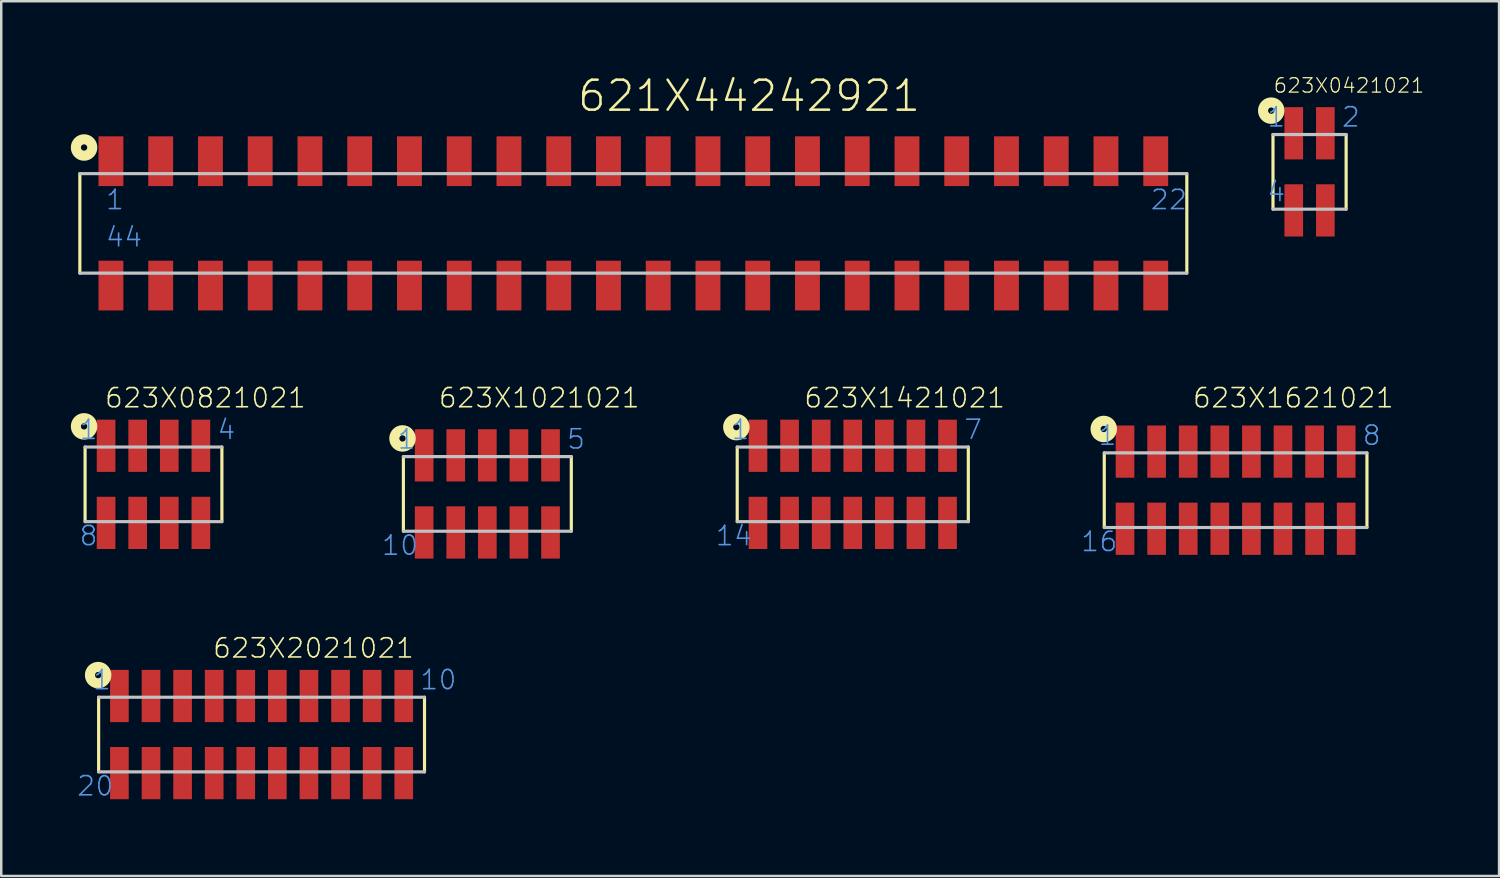
<source format=kicad_pcb>
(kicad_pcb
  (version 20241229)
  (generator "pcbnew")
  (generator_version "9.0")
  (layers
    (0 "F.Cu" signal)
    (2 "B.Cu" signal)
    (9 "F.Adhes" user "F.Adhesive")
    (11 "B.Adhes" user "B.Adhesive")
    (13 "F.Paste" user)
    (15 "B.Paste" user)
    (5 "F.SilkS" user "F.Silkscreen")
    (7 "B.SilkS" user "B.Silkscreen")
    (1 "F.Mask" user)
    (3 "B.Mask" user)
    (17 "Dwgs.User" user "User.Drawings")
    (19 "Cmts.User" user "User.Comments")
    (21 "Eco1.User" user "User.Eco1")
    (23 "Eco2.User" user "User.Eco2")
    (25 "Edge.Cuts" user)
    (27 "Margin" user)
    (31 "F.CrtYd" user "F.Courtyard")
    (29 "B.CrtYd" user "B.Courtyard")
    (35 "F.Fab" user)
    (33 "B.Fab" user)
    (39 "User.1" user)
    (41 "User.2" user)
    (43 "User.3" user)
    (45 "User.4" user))
  (footprint "623X0821021"
    (layer "F.Cu")
    (at 3.12 16.42)
    (property "Reference" "623X0821021" (at -2 -3.022 0) (layer "F.SilkS") (effects (font (size 0.772 0.772) (thickness 0.065)) (justify left bottom)))
    (attr through_hole)
    (fp_line (start -2.75 -1.5) (end -2.75 1.5) (stroke (width 0.127) (type solid)) (layer "F.SilkS"))
    (fp_line (start 2.75 1.5) (end 2.75 -1.5) (stroke (width 0.127) (type solid)) (layer "F.SilkS"))
    (fp_circle (center -2.79 -2.33) (end -2.663 -2.33) (stroke (width 0.406) (type solid)) (fill no) (layer "F.SilkS"))
    (fp_line (start -2.75 1.5) (end 2.75 1.5) (stroke (width 0.127) (type solid)) (layer "Dwgs.User"))
    (fp_line (start 2.75 -1.5) (end -2.75 -1.5) (stroke (width 0.127) (type solid)) (layer "Dwgs.User"))
    (fp_text user "4" (at 2.52 -1.75 0) (layer "Cmts.User") (effects (font (size 0.772 0.772) (thickness 0.065)) (justify left bottom)))
    (fp_text user "8" (at -3.02 2.52 0) (layer "Cmts.User") (effects (font (size 0.772 0.772) (thickness 0.065)) (justify left bottom)))
    (fp_text user "1" (at -3.02 -1.75 0) (layer "Cmts.User") (effects (font (size 0.772 0.772) (thickness 0.065)) (justify left bottom)))
    (pad "1" smd rect (at -1.905 -1.55) (size 0.75 2.1) (layers "F.Cu" "F.Mask" "F.Paste"))
    (pad "2" smd rect (at -0.635 -1.55) (size 0.75 2.1) (layers "F.Cu" "F.Mask" "F.Paste"))
    (pad "3" smd rect (at 0.635 -1.55) (size 0.75 2.1) (layers "F.Cu" "F.Mask" "F.Paste"))
    (pad "4" smd rect (at 1.905 -1.55) (size 0.75 2.1) (layers "F.Cu" "F.Mask" "F.Paste"))
    (pad "5" smd rect (at 1.905 1.55) (size 0.75 2.1) (layers "F.Cu" "F.Mask" "F.Paste"))
    (pad "6" smd rect (at 0.635 1.55) (size 0.75 2.1) (layers "F.Cu" "F.Mask" "F.Paste"))
    (pad "7" smd rect (at -0.635 1.55) (size 0.75 2.1) (layers "F.Cu" "F.Mask" "F.Paste"))
    (pad "8" smd rect (at -1.905 1.55) (size 0.75 2.1) (layers "F.Cu" "F.Mask" "F.Paste")))
  (footprint "623X0421021"
    (layer "F.Cu")
    (at 49.594 3.858)
    (property "Reference" "623X0421021" (at -1.48 -3.132 0) (layer "F.SilkS") (effects (font (size 0.579 0.579) (thickness 0.049)) (justify left bottom)))
    (attr through_hole)
    (fp_line (start -1.47 -1.5) (end -1.47 1.5) (stroke (width 0.127) (type solid)) (layer "F.SilkS"))
    (fp_line (start 1.47 1.5) (end 1.47 -1.5) (stroke (width 0.127) (type solid)) (layer "F.SilkS"))
    (fp_circle (center -1.54 -2.46) (end -1.413 -2.46) (stroke (width 0.406) (type solid)) (fill no) (layer "F.SilkS"))
    (fp_line (start -1.47 1.5) (end 1.47 1.5) (stroke (width 0.127) (type solid)) (layer "Dwgs.User"))
    (fp_line (start 1.47 -1.5) (end -1.47 -1.5) (stroke (width 0.127) (type solid)) (layer "Dwgs.User"))
    (fp_text user "1" (at -1.75 -1.75 0) (layer "Cmts.User") (effects (font (size 0.772 0.772) (thickness 0.065)) (justify left bottom)))
    (fp_text user "2" (at 1.25 -1.75 0) (layer "Cmts.User") (effects (font (size 0.772 0.772) (thickness 0.065)) (justify left bottom)))
    (fp_text user "4" (at -1.75 1.25 0) (layer "Cmts.User") (effects (font (size 0.772 0.772) (thickness 0.065)) (justify left bottom)))
    (pad "1" smd rect (at -0.635 -1.55) (size 0.75 2.1) (layers "F.Cu" "F.Mask" "F.Paste"))
    (pad "2" smd rect (at 0.635 -1.55) (size 0.75 2.1) (layers "F.Cu" "F.Mask" "F.Paste"))
    (pad "3" smd rect (at 0.635 1.55) (size 0.75 2.1) (layers "F.Cu" "F.Mask" "F.Paste"))
    (pad "4" smd rect (at -0.635 1.55) (size 0.75 2.1) (layers "F.Cu" "F.Mask" "F.Paste")))
  (footprint "623X1021021"
    (layer "F.Cu")
    (at 16.541 16.805)
    (property "Reference" "623X1021021" (at -2 -3.408 0) (layer "F.SilkS") (effects (font (size 0.772 0.772) (thickness 0.065)) (justify left bottom)))
    (attr through_hole)
    (fp_line (start -3.375 1.5) (end -3.375 -1.5) (stroke (width 0.127) (type solid)) (layer "F.SilkS"))
    (fp_line (start 3.375 -1.5) (end 3.375 1.5) (stroke (width 0.127) (type solid)) (layer "F.SilkS"))
    (fp_circle (center -3.41 -2.23) (end -3.283 -2.23) (stroke (width 0.406) (type solid)) (fill no) (layer "F.SilkS"))
    (fp_line (start -3.375 -1.5) (end 3.375 -1.5) (stroke (width 0.127) (type solid)) (layer "Dwgs.User"))
    (fp_line (start 3.375 1.5) (end -3.375 1.5) (stroke (width 0.127) (type solid)) (layer "Dwgs.User"))
    (fp_text user "1" (at -3.655 -1.75 0) (layer "Cmts.User") (effects (font (size 0.772 0.772) (thickness 0.065)) (justify left bottom)))
    (fp_text user "10" (at -4.29 2.52 0) (layer "Cmts.User") (effects (font (size 0.772 0.772) (thickness 0.065)) (justify left bottom)))
    (fp_text user "5" (at 3.155 -1.75 0) (layer "Cmts.User") (effects (font (size 0.772 0.772) (thickness 0.065)) (justify left bottom)))
    (pad "1" smd rect (at -2.54 -1.55) (size 0.75 2.1) (layers "F.Cu" "F.Mask" "F.Paste"))
    (pad "2" smd rect (at -1.27 -1.55) (size 0.75 2.1) (layers "F.Cu" "F.Mask" "F.Paste"))
    (pad "3" smd rect (at 0 -1.55) (size 0.75 2.1) (layers "F.Cu" "F.Mask" "F.Paste"))
    (pad "4" smd rect (at 1.27 -1.55) (size 0.75 2.1) (layers "F.Cu" "F.Mask" "F.Paste"))
    (pad "5" smd rect (at 2.54 -1.55) (size 0.75 2.1) (layers "F.Cu" "F.Mask" "F.Paste"))
    (pad "6" smd rect (at 2.54 1.55) (size 0.75 2.1) (layers "F.Cu" "F.Mask" "F.Paste"))
    (pad "7" smd rect (at 1.27 1.55) (size 0.75 2.1) (layers "F.Cu" "F.Mask" "F.Paste"))
    (pad "8" smd rect (at 0 1.55) (size 0.75 2.1) (layers "F.Cu" "F.Mask" "F.Paste"))
    (pad "9" smd rect (at -1.27 1.55) (size 0.75 2.1) (layers "F.Cu" "F.Mask" "F.Paste"))
    (pad "10" smd rect (at -2.54 1.55) (size 0.75 2.1) (layers "F.Cu" "F.Mask" "F.Paste")))
  (footprint "621X44242921"
    (layer "F.Cu")
    (at 22.41 5.93)
    (property "Reference" "621X44242921" (at -2.307 -4.418 0) (layer "F.SilkS") (effects (font (size 1.206 1.206) (thickness 0.102)) (justify left bottom)))
    (attr through_hole)
    (fp_line (start -22.25 -2) (end -22.25 2) (stroke (width 0.127) (type solid)) (layer "F.SilkS"))
    (fp_line (start 22.25 2) (end 22.25 -2) (stroke (width 0.127) (type solid)) (layer "F.SilkS"))
    (fp_circle (center -22.08 -3.05) (end -21.953 -3.05) (stroke (width 0.406) (type solid)) (fill no) (layer "F.SilkS"))
    (fp_line (start -22.25 2) (end 22.25 2) (stroke (width 0.127) (type solid)) (layer "Dwgs.User"))
    (fp_line (start 22.25 -2) (end -22.25 -2) (stroke (width 0.127) (type solid)) (layer "Dwgs.User"))
    (fp_text user "22" (at 20.75 -0.5 0) (layer "Cmts.User") (effects (font (size 0.772 0.772) (thickness 0.065)) (justify left bottom)))
    (fp_text user "44" (at -21.25 1 0) (layer "Cmts.User") (effects (font (size 0.772 0.772) (thickness 0.065)) (justify left bottom)))
    (fp_text user "1" (at -21.25 -0.5 0) (layer "Cmts.User") (effects (font (size 0.772 0.772) (thickness 0.065)) (justify left bottom)))
    (pad "1" smd rect (at -21 -2.5) (size 1 2) (layers "F.Cu" "F.Mask" "F.Paste"))
    (pad "2" smd rect (at -19 -2.5) (size 1 2) (layers "F.Cu" "F.Mask" "F.Paste"))
    (pad "3" smd rect (at -17 -2.5) (size 1 2) (layers "F.Cu" "F.Mask" "F.Paste"))
    (pad "4" smd rect (at -15 -2.5) (size 1 2) (layers "F.Cu" "F.Mask" "F.Paste"))
    (pad "5" smd rect (at -13 -2.5) (size 1 2) (layers "F.Cu" "F.Mask" "F.Paste"))
    (pad "6" smd rect (at -11 -2.5) (size 1 2) (layers "F.Cu" "F.Mask" "F.Paste"))
    (pad "7" smd rect (at -9 -2.5) (size 1 2) (layers "F.Cu" "F.Mask" "F.Paste"))
    (pad "8" smd rect (at -7 -2.5) (size 1 2) (layers "F.Cu" "F.Mask" "F.Paste"))
    (pad "9" smd rect (at -5 -2.5) (size 1 2) (layers "F.Cu" "F.Mask" "F.Paste"))
    (pad "10" smd rect (at -3 -2.5) (size 1 2) (layers "F.Cu" "F.Mask" "F.Paste"))
    (pad "11" smd rect (at -1 -2.5) (size 1 2) (layers "F.Cu" "F.Mask" "F.Paste"))
    (pad "12" smd rect (at 1 -2.5) (size 1 2) (layers "F.Cu" "F.Mask" "F.Paste"))
    (pad "13" smd rect (at 3 -2.5) (size 1 2) (layers "F.Cu" "F.Mask" "F.Paste"))
    (pad "14" smd rect (at 5 -2.5) (size 1 2) (layers "F.Cu" "F.Mask" "F.Paste"))
    (pad "15" smd rect (at 7 -2.5) (size 1 2) (layers "F.Cu" "F.Mask" "F.Paste"))
    (pad "16" smd rect (at 9 -2.5) (size 1 2) (layers "F.Cu" "F.Mask" "F.Paste"))
    (pad "17" smd rect (at 11 -2.5) (size 1 2) (layers "F.Cu" "F.Mask" "F.Paste"))
    (pad "18" smd rect (at 13 -2.5) (size 1 2) (layers "F.Cu" "F.Mask" "F.Paste"))
    (pad "19" smd rect (at 15 -2.5) (size 1 2) (layers "F.Cu" "F.Mask" "F.Paste"))
    (pad "20" smd rect (at 17 -2.5) (size 1 2) (layers "F.Cu" "F.Mask" "F.Paste"))
    (pad "21" smd rect (at 19 -2.5) (size 1 2) (layers "F.Cu" "F.Mask" "F.Paste"))
    (pad "22" smd rect (at 21 -2.5) (size 1 2) (layers "F.Cu" "F.Mask" "F.Paste"))
    (pad "23" smd rect (at 21 2.5) (size 1 2) (layers "F.Cu" "F.Mask" "F.Paste"))
    (pad "24" smd rect (at 19 2.5) (size 1 2) (layers "F.Cu" "F.Mask" "F.Paste"))
    (pad "25" smd rect (at 17 2.5) (size 1 2) (layers "F.Cu" "F.Mask" "F.Paste"))
    (pad "26" smd rect (at 15 2.5) (size 1 2) (layers "F.Cu" "F.Mask" "F.Paste"))
    (pad "27" smd rect (at 13 2.5) (size 1 2) (layers "F.Cu" "F.Mask" "F.Paste"))
    (pad "28" smd rect (at 11 2.5) (size 1 2) (layers "F.Cu" "F.Mask" "F.Paste"))
    (pad "29" smd rect (at 9 2.5) (size 1 2) (layers "F.Cu" "F.Mask" "F.Paste"))
    (pad "30" smd rect (at 7 2.5) (size 1 2) (layers "F.Cu" "F.Mask" "F.Paste"))
    (pad "31" smd rect (at 5 2.5) (size 1 2) (layers "F.Cu" "F.Mask" "F.Paste"))
    (pad "32" smd rect (at 3 2.5) (size 1 2) (layers "F.Cu" "F.Mask" "F.Paste"))
    (pad "33" smd rect (at 1 2.5) (size 1 2) (layers "F.Cu" "F.Mask" "F.Paste"))
    (pad "34" smd rect (at -1 2.5) (size 1 2) (layers "F.Cu" "F.Mask" "F.Paste"))
    (pad "35" smd rect (at -3 2.5) (size 1 2) (layers "F.Cu" "F.Mask" "F.Paste"))
    (pad "36" smd rect (at -5 2.5) (size 1 2) (layers "F.Cu" "F.Mask" "F.Paste"))
    (pad "37" smd rect (at -7 2.5) (size 1 2) (layers "F.Cu" "F.Mask" "F.Paste"))
    (pad "38" smd rect (at -9 2.5) (size 1 2) (layers "F.Cu" "F.Mask" "F.Paste"))
    (pad "39" smd rect (at -11 2.5) (size 1 2) (layers "F.Cu" "F.Mask" "F.Paste"))
    (pad "40" smd rect (at -13 2.5) (size 1 2) (layers "F.Cu" "F.Mask" "F.Paste"))
    (pad "41" smd rect (at -15 2.5) (size 1 2) (layers "F.Cu" "F.Mask" "F.Paste"))
    (pad "42" smd rect (at -17 2.5) (size 1 2) (layers "F.Cu" "F.Mask" "F.Paste"))
    (pad "43" smd rect (at -19 2.5) (size 1 2) (layers "F.Cu" "F.Mask" "F.Paste"))
    (pad "44" smd rect (at -21 2.5) (size 1 2) (layers "F.Cu" "F.Mask" "F.Paste")))
  (footprint "623X1421021"
    (layer "F.Cu")
    (at 31.231 16.42)
    (property "Reference" "623X1421021" (at -2 -3.022 0) (layer "F.SilkS") (effects (font (size 0.772 0.772) (thickness 0.065)) (justify left bottom)))
    (attr through_hole)
    (fp_line (start -4.645 1.5) (end -4.645 -1.5) (stroke (width 0.127) (type solid)) (layer "F.SilkS"))
    (fp_line (start 4.645 -1.5) (end 4.645 1.5) (stroke (width 0.127) (type solid)) (layer "F.SilkS"))
    (fp_circle (center -4.68 -2.3) (end -4.553 -2.3) (stroke (width 0.406) (type solid)) (fill no) (layer "F.SilkS"))
    (fp_line (start -4.645 -1.5) (end 4.645 -1.5) (stroke (width 0.127) (type solid)) (layer "Dwgs.User"))
    (fp_line (start 4.645 1.5) (end -4.645 1.5) (stroke (width 0.127) (type solid)) (layer "Dwgs.User"))
    (fp_text user "1" (at -4.925 -1.75 0) (layer "Cmts.User") (effects (font (size 0.772 0.772) (thickness 0.065)) (justify left bottom)))
    (fp_text user "14" (at -5.56 2.52 0) (layer "Cmts.User") (effects (font (size 0.772 0.772) (thickness 0.065)) (justify left bottom)))
    (fp_text user "7" (at 4.425 -1.75 0) (layer "Cmts.User") (effects (font (size 0.772 0.772) (thickness 0.065)) (justify left bottom)))
    (pad "1" smd rect (at -3.81 -1.55) (size 0.75 2.1) (layers "F.Cu" "F.Mask" "F.Paste"))
    (pad "2" smd rect (at -2.54 -1.55) (size 0.75 2.1) (layers "F.Cu" "F.Mask" "F.Paste"))
    (pad "3" smd rect (at -1.27 -1.55) (size 0.75 2.1) (layers "F.Cu" "F.Mask" "F.Paste"))
    (pad "4" smd rect (at 0 -1.55) (size 0.75 2.1) (layers "F.Cu" "F.Mask" "F.Paste"))
    (pad "5" smd rect (at 1.27 -1.55) (size 0.75 2.1) (layers "F.Cu" "F.Mask" "F.Paste"))
    (pad "6" smd rect (at 2.54 -1.55) (size 0.75 2.1) (layers "F.Cu" "F.Mask" "F.Paste"))
    (pad "7" smd rect (at 3.81 -1.55) (size 0.75 2.1) (layers "F.Cu" "F.Mask" "F.Paste"))
    (pad "8" smd rect (at 3.81 1.55) (size 0.75 2.1) (layers "F.Cu" "F.Mask" "F.Paste"))
    (pad "9" smd rect (at 2.54 1.55) (size 0.75 2.1) (layers "F.Cu" "F.Mask" "F.Paste"))
    (pad "10" smd rect (at 1.27 1.55) (size 0.75 2.1) (layers "F.Cu" "F.Mask" "F.Paste"))
    (pad "11" smd rect (at 0 1.55) (size 0.75 2.1) (layers "F.Cu" "F.Mask" "F.Paste"))
    (pad "12" smd rect (at -1.27 1.55) (size 0.75 2.1) (layers "F.Cu" "F.Mask" "F.Paste"))
    (pad "13" smd rect (at -2.54 1.55) (size 0.75 2.1) (layers "F.Cu" "F.Mask" "F.Paste"))
    (pad "14" smd rect (at -3.81 1.55) (size 0.75 2.1) (layers "F.Cu" "F.Mask" "F.Paste")))
  (footprint "623X1621021"
    (layer "F.Cu")
    (at 46.621 16.655)
    (property "Reference" "623X1621021" (at -1.765 -3.257 0) (layer "F.SilkS") (effects (font (size 0.772 0.772) (thickness 0.065)) (justify left bottom)))
    (attr through_hole)
    (fp_line (start -5.28 1.5) (end -5.28 -1.5) (stroke (width 0.127) (type solid)) (layer "F.SilkS"))
    (fp_line (start 5.28 -1.5) (end 5.28 1.5) (stroke (width 0.127) (type solid)) (layer "F.SilkS"))
    (fp_circle (center -5.3 -2.46) (end -5.173 -2.46) (stroke (width 0.406) (type solid)) (fill no) (layer "F.SilkS"))
    (fp_line (start -5.28 -1.5) (end 5.28 -1.5) (stroke (width 0.127) (type solid)) (layer "Dwgs.User"))
    (fp_line (start 5.28 1.5) (end -5.28 1.5) (stroke (width 0.127) (type solid)) (layer "Dwgs.User"))
    (fp_text user "1" (at -5.56 -1.75 0) (layer "Cmts.User") (effects (font (size 0.772 0.772) (thickness 0.065)) (justify left bottom)))
    (fp_text user "8" (at 5.06 -1.75 0) (layer "Cmts.User") (effects (font (size 0.772 0.772) (thickness 0.065)) (justify left bottom)))
    (fp_text user "16" (at -6.26 2.52 0) (layer "Cmts.User") (effects (font (size 0.772 0.772) (thickness 0.065)) (justify left bottom)))
    (pad "1" smd rect (at -4.445 -1.55) (size 0.75 2.1) (layers "F.Cu" "F.Mask" "F.Paste"))
    (pad "2" smd rect (at -3.175 -1.55) (size 0.75 2.1) (layers "F.Cu" "F.Mask" "F.Paste"))
    (pad "3" smd rect (at -1.905 -1.55) (size 0.75 2.1) (layers "F.Cu" "F.Mask" "F.Paste"))
    (pad "4" smd rect (at -0.635 -1.55) (size 0.75 2.1) (layers "F.Cu" "F.Mask" "F.Paste"))
    (pad "5" smd rect (at 0.635 -1.55) (size 0.75 2.1) (layers "F.Cu" "F.Mask" "F.Paste"))
    (pad "6" smd rect (at 1.905 -1.55) (size 0.75 2.1) (layers "F.Cu" "F.Mask" "F.Paste"))
    (pad "7" smd rect (at 3.175 -1.55) (size 0.75 2.1) (layers "F.Cu" "F.Mask" "F.Paste"))
    (pad "8" smd rect (at 4.445 -1.55) (size 0.75 2.1) (layers "F.Cu" "F.Mask" "F.Paste"))
    (pad "9" smd rect (at 4.445 1.55) (size 0.75 2.1) (layers "F.Cu" "F.Mask" "F.Paste"))
    (pad "10" smd rect (at 3.175 1.55) (size 0.75 2.1) (layers "F.Cu" "F.Mask" "F.Paste"))
    (pad "11" smd rect (at 1.905 1.55) (size 0.75 2.1) (layers "F.Cu" "F.Mask" "F.Paste"))
    (pad "12" smd rect (at 0.635 1.55) (size 0.75 2.1) (layers "F.Cu" "F.Mask" "F.Paste"))
    (pad "13" smd rect (at -0.635 1.55) (size 0.75 2.1) (layers "F.Cu" "F.Mask" "F.Paste"))
    (pad "14" smd rect (at -1.905 1.55) (size 0.75 2.1) (layers "F.Cu" "F.Mask" "F.Paste"))
    (pad "15" smd rect (at -3.175 1.55) (size 0.75 2.1) (layers "F.Cu" "F.Mask" "F.Paste"))
    (pad "16" smd rect (at -4.445 1.55) (size 0.75 2.1) (layers "F.Cu" "F.Mask" "F.Paste")))
  (footprint "623X2021021"
    (layer "F.Cu")
    (at 7.465 26.479)
    (property "Reference" "623X2021021" (at -2 -3.022 0) (layer "F.SilkS") (effects (font (size 0.772 0.772) (thickness 0.065)) (justify left bottom)))
    (attr through_hole)
    (fp_line (start -6.55 -1.5) (end -6.55 1.5) (stroke (width 0.127) (type solid)) (layer "F.SilkS"))
    (fp_line (start 6.55 1.5) (end 6.55 -1.5) (stroke (width 0.127) (type solid)) (layer "F.SilkS"))
    (fp_circle (center -6.57 -2.39) (end -6.443 -2.39) (stroke (width 0.406) (type solid)) (fill no) (layer "F.SilkS"))
    (fp_line (start -6.55 1.5) (end 6.55 1.5) (stroke (width 0.127) (type solid)) (layer "Dwgs.User"))
    (fp_line (start 6.55 -1.5) (end -6.55 -1.5) (stroke (width 0.127) (type solid)) (layer "Dwgs.User"))
    (fp_text user "1" (at -6.83 -1.75 0) (layer "Cmts.User") (effects (font (size 0.772 0.772) (thickness 0.065)) (justify left bottom)))
    (fp_text user "10" (at 6.33 -1.75 0) (layer "Cmts.User") (effects (font (size 0.772 0.772) (thickness 0.065)) (justify left bottom)))
    (fp_text user "20" (at -7.465 2.52 0) (layer "Cmts.User") (effects (font (size 0.772 0.772) (thickness 0.065)) (justify left bottom)))
    (pad "1" smd rect (at -5.715 -1.55) (size 0.75 2.1) (layers "F.Cu" "F.Mask" "F.Paste"))
    (pad "2" smd rect (at -4.445 -1.55) (size 0.75 2.1) (layers "F.Cu" "F.Mask" "F.Paste"))
    (pad "3" smd rect (at -3.175 -1.55) (size 0.75 2.1) (layers "F.Cu" "F.Mask" "F.Paste"))
    (pad "4" smd rect (at -1.905 -1.55) (size 0.75 2.1) (layers "F.Cu" "F.Mask" "F.Paste"))
    (pad "5" smd rect (at -0.635 -1.55) (size 0.75 2.1) (layers "F.Cu" "F.Mask" "F.Paste"))
    (pad "6" smd rect (at 0.635 -1.55) (size 0.75 2.1) (layers "F.Cu" "F.Mask" "F.Paste"))
    (pad "7" smd rect (at 1.905 -1.55) (size 0.75 2.1) (layers "F.Cu" "F.Mask" "F.Paste"))
    (pad "8" smd rect (at 3.175 -1.55) (size 0.75 2.1) (layers "F.Cu" "F.Mask" "F.Paste"))
    (pad "9" smd rect (at 4.445 -1.55) (size 0.75 2.1) (layers "F.Cu" "F.Mask" "F.Paste"))
    (pad "10" smd rect (at 5.715 -1.55) (size 0.75 2.1) (layers "F.Cu" "F.Mask" "F.Paste"))
    (pad "11" smd rect (at 5.715 1.55) (size 0.75 2.1) (layers "F.Cu" "F.Mask" "F.Paste"))
    (pad "12" smd rect (at 4.445 1.55) (size 0.75 2.1) (layers "F.Cu" "F.Mask" "F.Paste"))
    (pad "13" smd rect (at 3.175 1.55) (size 0.75 2.1) (layers "F.Cu" "F.Mask" "F.Paste"))
    (pad "14" smd rect (at 1.905 1.55) (size 0.75 2.1) (layers "F.Cu" "F.Mask" "F.Paste"))
    (pad "15" smd rect (at 0.635 1.55) (size 0.75 2.1) (layers "F.Cu" "F.Mask" "F.Paste"))
    (pad "16" smd rect (at -0.635 1.55) (size 0.75 2.1) (layers "F.Cu" "F.Mask" "F.Paste"))
    (pad "17" smd rect (at -1.905 1.55) (size 0.75 2.1) (layers "F.Cu" "F.Mask" "F.Paste"))
    (pad "18" smd rect (at -3.175 1.55) (size 0.75 2.1) (layers "F.Cu" "F.Mask" "F.Paste"))
    (pad "19" smd rect (at -4.445 1.55) (size 0.75 2.1) (layers "F.Cu" "F.Mask" "F.Paste"))
    (pad "20" smd rect (at -5.715 1.55) (size 0.75 2.1) (layers "F.Cu" "F.Mask" "F.Paste")))
  (gr_rect
    (start -3 -3)
    (end 57.212 32.163)
    (stroke (width 0.1) (type default))
    (fill no)
    (layer "Edge.Cuts")))
</source>
